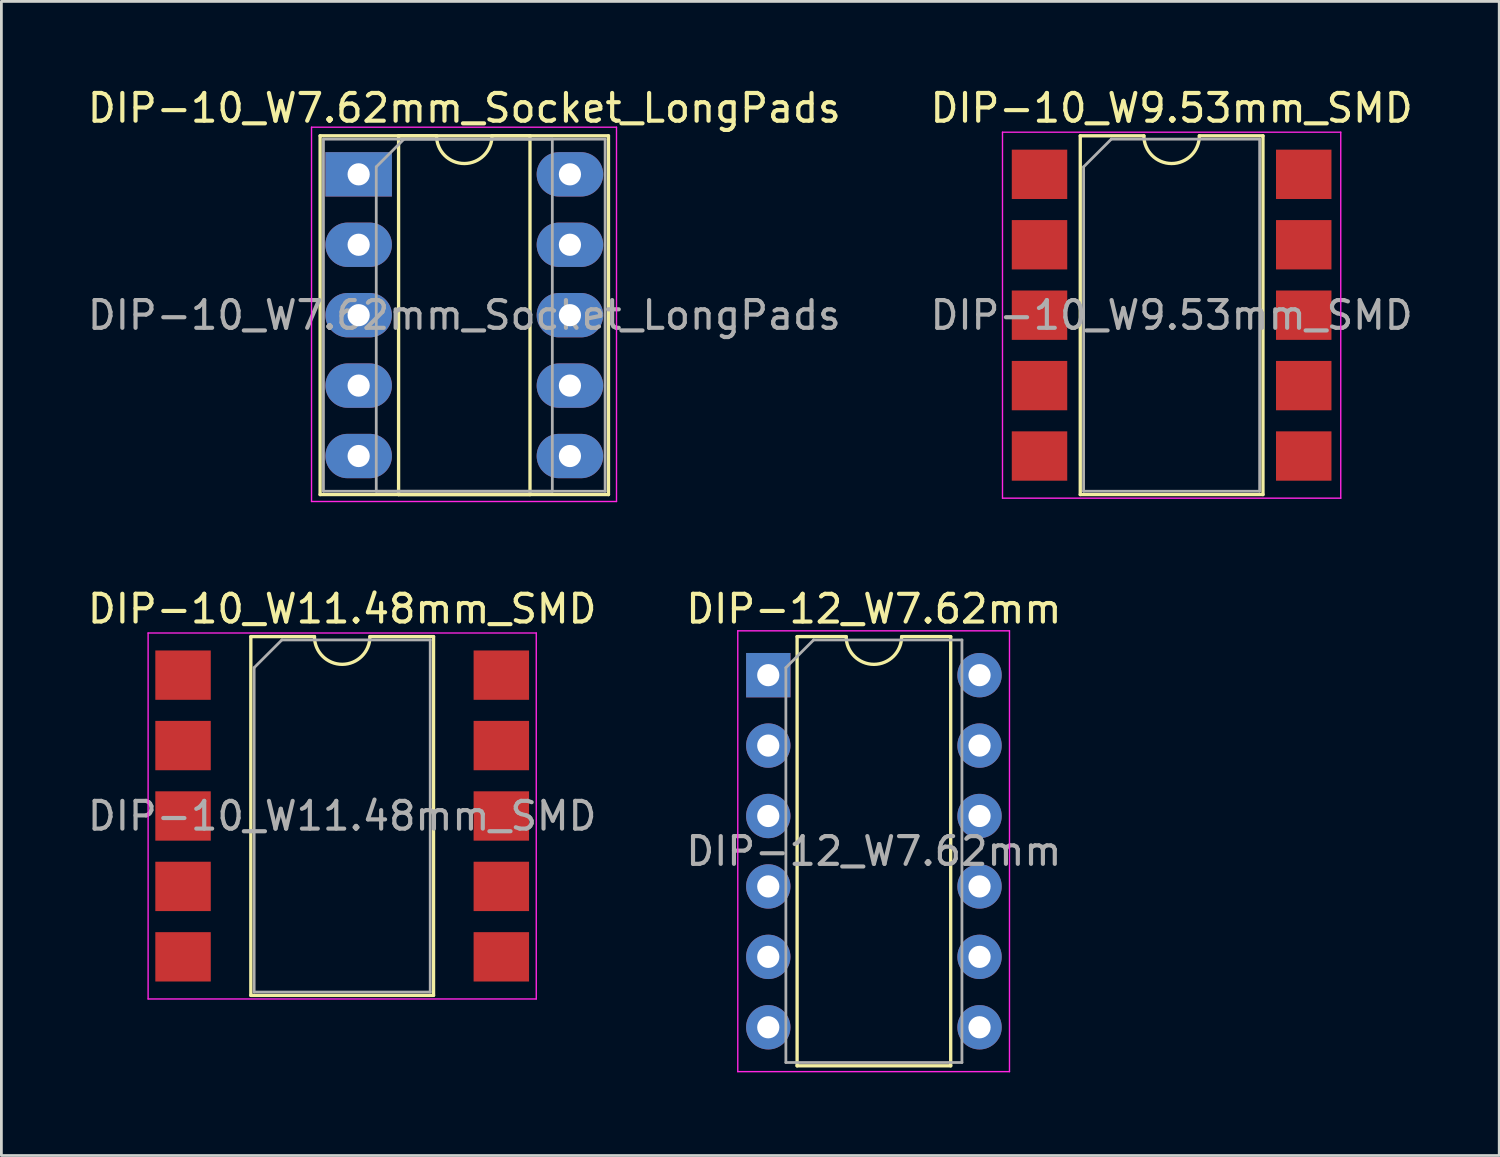
<source format=kicad_pcb>
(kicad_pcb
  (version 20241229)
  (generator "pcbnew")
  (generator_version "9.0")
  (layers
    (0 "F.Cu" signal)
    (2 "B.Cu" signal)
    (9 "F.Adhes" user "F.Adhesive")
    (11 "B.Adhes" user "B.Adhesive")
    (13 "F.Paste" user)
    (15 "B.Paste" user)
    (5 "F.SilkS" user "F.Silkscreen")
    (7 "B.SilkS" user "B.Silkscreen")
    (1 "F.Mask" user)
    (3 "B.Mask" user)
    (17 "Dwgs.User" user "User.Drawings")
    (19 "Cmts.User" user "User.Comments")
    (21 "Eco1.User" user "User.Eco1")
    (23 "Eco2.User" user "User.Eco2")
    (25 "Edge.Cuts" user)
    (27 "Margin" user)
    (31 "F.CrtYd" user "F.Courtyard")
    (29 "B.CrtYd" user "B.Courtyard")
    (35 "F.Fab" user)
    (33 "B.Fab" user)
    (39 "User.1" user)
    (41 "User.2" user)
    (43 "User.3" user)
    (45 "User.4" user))
  (footprint "DIP-12_W7.62mm"
    (layer "F.Cu")
    (at 24.66 21.302)
    (property "Reference" "DIP-12_W7.62mm" (at 3.81 -2.39 0) (layer "F.SilkS") (effects (font (size 1 1) (thickness 0.15))))
    (attr through_hole)
    (fp_line (start 1.04 -1.39) (end 1.04 14.09) (stroke (width 0.12) (type solid)) (layer "F.SilkS"))
    (fp_line (start 1.04 14.09) (end 6.58 14.09) (stroke (width 0.12) (type solid)) (layer "F.SilkS"))
    (fp_line (start 2.81 -1.39) (end 1.04 -1.39) (stroke (width 0.12) (type solid)) (layer "F.SilkS"))
    (fp_line (start 6.58 -1.39) (end 4.81 -1.39) (stroke (width 0.12) (type solid)) (layer "F.SilkS"))
    (fp_line (start 6.58 14.09) (end 6.58 -1.39) (stroke (width 0.12) (type solid)) (layer "F.SilkS"))
    (fp_arc (start 4.81 -1.39) (mid 3.81 -0.39) (end 2.81 -1.39) (stroke (width 0.12) (type solid)) (layer "F.SilkS"))
    (fp_line (start -1.1 -1.6) (end -1.1 14.3) (stroke (width 0.05) (type solid)) (layer "F.CrtYd"))
    (fp_line (start -1.1 14.3) (end 8.7 14.3) (stroke (width 0.05) (type solid)) (layer "F.CrtYd"))
    (fp_line (start 8.7 -1.6) (end -1.1 -1.6) (stroke (width 0.05) (type solid)) (layer "F.CrtYd"))
    (fp_line (start 8.7 14.3) (end 8.7 -1.6) (stroke (width 0.05) (type solid)) (layer "F.CrtYd"))
    (fp_line (start 0.635 -0.27) (end 1.635 -1.27) (stroke (width 0.1) (type solid)) (layer "F.Fab"))
    (fp_line (start 0.635 13.97) (end 0.635 -0.27) (stroke (width 0.1) (type solid)) (layer "F.Fab"))
    (fp_line (start 1.635 -1.27) (end 6.985 -1.27) (stroke (width 0.1) (type solid)) (layer "F.Fab"))
    (fp_line (start 6.985 -1.27) (end 6.985 13.97) (stroke (width 0.1) (type solid)) (layer "F.Fab"))
    (fp_line (start 6.985 13.97) (end 0.635 13.97) (stroke (width 0.1) (type solid)) (layer "F.Fab"))
    (fp_text user "${REFERENCE}" (at 3.81 6.35 0) (layer "F.Fab") (effects (font (size 1 1) (thickness 0.15))))
    (pad "1" thru_hole rect (at 0 0) (size 1.6 1.6) (drill 0.8) (layers "*.Cu" "*.Mask"))
    (pad "2" thru_hole oval (at 0 2.54) (size 1.6 1.6) (drill 0.8) (layers "*.Cu" "*.Mask"))
    (pad "3" thru_hole oval (at 0 5.08) (size 1.6 1.6) (drill 0.8) (layers "*.Cu" "*.Mask"))
    (pad "4" thru_hole oval (at 0 7.62) (size 1.6 1.6) (drill 0.8) (layers "*.Cu" "*.Mask"))
    (pad "5" thru_hole oval (at 0 10.16) (size 1.6 1.6) (drill 0.8) (layers "*.Cu" "*.Mask"))
    (pad "6" thru_hole oval (at 0 12.7) (size 1.6 1.6) (drill 0.8) (layers "*.Cu" "*.Mask"))
    (pad "7" thru_hole oval (at 7.62 12.7) (size 1.6 1.6) (drill 0.8) (layers "*.Cu" "*.Mask"))
    (pad "8" thru_hole oval (at 7.62 10.16) (size 1.6 1.6) (drill 0.8) (layers "*.Cu" "*.Mask"))
    (pad "9" thru_hole oval (at 7.62 7.62) (size 1.6 1.6) (drill 0.8) (layers "*.Cu" "*.Mask"))
    (pad "10" thru_hole oval (at 7.62 5.08) (size 1.6 1.6) (drill 0.8) (layers "*.Cu" "*.Mask"))
    (pad "11" thru_hole oval (at 7.62 2.54) (size 1.6 1.6) (drill 0.8) (layers "*.Cu" "*.Mask"))
    (pad "12" thru_hole oval (at 7.62 0) (size 1.6 1.6) (drill 0.8) (layers "*.Cu" "*.Mask")))
  (footprint "DIP-10_W11.48mm_SMD"
    (layer "F.Cu")
    (at 9.292 26.381)
    (property "Reference" "DIP-10_W11.48mm_SMD" (at 0 -7.47 0) (layer "F.SilkS") (effects (font (size 1 1) (thickness 0.15))))
    (attr smd)
    (fp_line (start -3.295 -6.47) (end -3.295 6.47) (stroke (width 0.12) (type solid)) (layer "F.SilkS"))
    (fp_line (start -3.295 6.47) (end 3.295 6.47) (stroke (width 0.12) (type solid)) (layer "F.SilkS"))
    (fp_line (start -1 -6.47) (end -3.295 -6.47) (stroke (width 0.12) (type solid)) (layer "F.SilkS"))
    (fp_line (start 3.295 -6.47) (end 1 -6.47) (stroke (width 0.12) (type solid)) (layer "F.SilkS"))
    (fp_line (start 3.295 6.47) (end 3.295 -6.47) (stroke (width 0.12) (type solid)) (layer "F.SilkS"))
    (fp_arc (start 1 -6.47) (mid 0 -5.47) (end -1 -6.47) (stroke (width 0.12) (type solid)) (layer "F.SilkS"))
    (fp_line (start -7 -6.6) (end -7 6.6) (stroke (width 0.05) (type solid)) (layer "F.CrtYd"))
    (fp_line (start -7 6.6) (end 7 6.6) (stroke (width 0.05) (type solid)) (layer "F.CrtYd"))
    (fp_line (start 7 -6.6) (end -7 -6.6) (stroke (width 0.05) (type solid)) (layer "F.CrtYd"))
    (fp_line (start 7 6.6) (end 7 -6.6) (stroke (width 0.05) (type solid)) (layer "F.CrtYd"))
    (fp_line (start -3.175 -5.35) (end -2.175 -6.35) (stroke (width 0.1) (type solid)) (layer "F.Fab"))
    (fp_line (start -3.175 6.35) (end -3.175 -5.35) (stroke (width 0.1) (type solid)) (layer "F.Fab"))
    (fp_line (start -2.175 -6.35) (end 3.175 -6.35) (stroke (width 0.1) (type solid)) (layer "F.Fab"))
    (fp_line (start 3.175 -6.35) (end 3.175 6.35) (stroke (width 0.1) (type solid)) (layer "F.Fab"))
    (fp_line (start 3.175 6.35) (end -3.175 6.35) (stroke (width 0.1) (type solid)) (layer "F.Fab"))
    (fp_text user "${REFERENCE}" (at 0 0 0) (layer "F.Fab") (effects (font (size 1 1) (thickness 0.15))))
    (pad "1" smd rect (at -5.74 -5.08) (size 2 1.78) (layers "F.Cu" "F.Mask" "F.Paste"))
    (pad "2" smd rect (at -5.74 -2.54) (size 2 1.78) (layers "F.Cu" "F.Mask" "F.Paste"))
    (pad "3" smd rect (at -5.74 0) (size 2 1.78) (layers "F.Cu" "F.Mask" "F.Paste"))
    (pad "4" smd rect (at -5.74 2.54) (size 2 1.78) (layers "F.Cu" "F.Mask" "F.Paste"))
    (pad "5" smd rect (at -5.74 5.08) (size 2 1.78) (layers "F.Cu" "F.Mask" "F.Paste"))
    (pad "6" smd rect (at 5.74 5.08) (size 2 1.78) (layers "F.Cu" "F.Mask" "F.Paste"))
    (pad "7" smd rect (at 5.74 2.54) (size 2 1.78) (layers "F.Cu" "F.Mask" "F.Paste"))
    (pad "8" smd rect (at 5.74 0) (size 2 1.78) (layers "F.Cu" "F.Mask" "F.Paste"))
    (pad "9" smd rect (at 5.74 -2.54) (size 2 1.78) (layers "F.Cu" "F.Mask" "F.Paste"))
    (pad "10" smd rect (at 5.74 -5.08) (size 2 1.78) (layers "F.Cu" "F.Mask" "F.Paste")))
  (footprint "DIP-10_W7.62mm_Socket_LongPads"
    (layer "F.Cu")
    (at 9.886 3.238)
    (property "Reference" "DIP-10_W7.62mm_Socket_LongPads" (at 3.81 -2.39 0) (layer "F.SilkS") (effects (font (size 1 1) (thickness 0.15))))
    (attr through_hole)
    (fp_line (start -1.39 -1.39) (end -1.39 11.55) (stroke (width 0.12) (type solid)) (layer "F.SilkS"))
    (fp_line (start -1.39 11.55) (end 9.01 11.55) (stroke (width 0.12) (type solid)) (layer "F.SilkS"))
    (fp_line (start 1.44 -1.39) (end 1.44 11.55) (stroke (width 0.12) (type solid)) (layer "F.SilkS"))
    (fp_line (start 1.44 11.55) (end 6.18 11.55) (stroke (width 0.12) (type solid)) (layer "F.SilkS"))
    (fp_line (start 2.81 -1.39) (end 1.44 -1.39) (stroke (width 0.12) (type solid)) (layer "F.SilkS"))
    (fp_line (start 6.18 -1.39) (end 4.81 -1.39) (stroke (width 0.12) (type solid)) (layer "F.SilkS"))
    (fp_line (start 6.18 11.55) (end 6.18 -1.39) (stroke (width 0.12) (type solid)) (layer "F.SilkS"))
    (fp_line (start 9.01 -1.39) (end -1.39 -1.39) (stroke (width 0.12) (type solid)) (layer "F.SilkS"))
    (fp_line (start 9.01 11.55) (end 9.01 -1.39) (stroke (width 0.12) (type solid)) (layer "F.SilkS"))
    (fp_arc (start 4.81 -1.39) (mid 3.81 -0.39) (end 2.81 -1.39) (stroke (width 0.12) (type solid)) (layer "F.SilkS"))
    (fp_line (start -1.7 -1.7) (end -1.7 11.8) (stroke (width 0.05) (type solid)) (layer "F.CrtYd"))
    (fp_line (start -1.7 11.8) (end 9.3 11.8) (stroke (width 0.05) (type solid)) (layer "F.CrtYd"))
    (fp_line (start 9.3 -1.7) (end -1.7 -1.7) (stroke (width 0.05) (type solid)) (layer "F.CrtYd"))
    (fp_line (start 9.3 11.8) (end 9.3 -1.7) (stroke (width 0.05) (type solid)) (layer "F.CrtYd"))
    (fp_line (start -1.27 -1.27) (end -1.27 11.43) (stroke (width 0.1) (type solid)) (layer "F.Fab"))
    (fp_line (start -1.27 11.43) (end 8.89 11.43) (stroke (width 0.1) (type solid)) (layer "F.Fab"))
    (fp_line (start 0.635 -0.27) (end 1.635 -1.27) (stroke (width 0.1) (type solid)) (layer "F.Fab"))
    (fp_line (start 0.635 11.43) (end 0.635 -0.27) (stroke (width 0.1) (type solid)) (layer "F.Fab"))
    (fp_line (start 1.635 -1.27) (end 6.985 -1.27) (stroke (width 0.1) (type solid)) (layer "F.Fab"))
    (fp_line (start 6.985 -1.27) (end 6.985 11.43) (stroke (width 0.1) (type solid)) (layer "F.Fab"))
    (fp_line (start 6.985 11.43) (end 0.635 11.43) (stroke (width 0.1) (type solid)) (layer "F.Fab"))
    (fp_line (start 8.89 -1.27) (end -1.27 -1.27) (stroke (width 0.1) (type solid)) (layer "F.Fab"))
    (fp_line (start 8.89 11.43) (end 8.89 -1.27) (stroke (width 0.1) (type solid)) (layer "F.Fab"))
    (fp_text user "${REFERENCE}" (at 3.81 5.08 0) (layer "F.Fab") (effects (font (size 1 1) (thickness 0.15))))
    (pad "1" thru_hole rect (at 0 0) (size 2.4 1.6) (drill 0.8) (layers "*.Cu" "*.Mask"))
    (pad "2" thru_hole oval (at 0 2.54) (size 2.4 1.6) (drill 0.8) (layers "*.Cu" "*.Mask"))
    (pad "3" thru_hole oval (at 0 5.08) (size 2.4 1.6) (drill 0.8) (layers "*.Cu" "*.Mask"))
    (pad "4" thru_hole oval (at 0 7.62) (size 2.4 1.6) (drill 0.8) (layers "*.Cu" "*.Mask"))
    (pad "5" thru_hole oval (at 0 10.16) (size 2.4 1.6) (drill 0.8) (layers "*.Cu" "*.Mask"))
    (pad "6" thru_hole oval (at 7.62 10.16) (size 2.4 1.6) (drill 0.8) (layers "*.Cu" "*.Mask"))
    (pad "7" thru_hole oval (at 7.62 7.62) (size 2.4 1.6) (drill 0.8) (layers "*.Cu" "*.Mask"))
    (pad "8" thru_hole oval (at 7.62 5.08) (size 2.4 1.6) (drill 0.8) (layers "*.Cu" "*.Mask"))
    (pad "9" thru_hole oval (at 7.62 2.54) (size 2.4 1.6) (drill 0.8) (layers "*.Cu" "*.Mask"))
    (pad "10" thru_hole oval (at 7.62 0) (size 2.4 1.6) (drill 0.8) (layers "*.Cu" "*.Mask")))
  (footprint "DIP-10_W9.53mm_SMD"
    (layer "F.Cu")
    (at 39.208 8.318)
    (property "Reference" "DIP-10_W9.53mm_SMD" (at 0 -7.47 0) (layer "F.SilkS") (effects (font (size 1 1) (thickness 0.15))))
    (attr smd)
    (fp_line (start -3.295 -6.47) (end -3.295 6.47) (stroke (width 0.12) (type solid)) (layer "F.SilkS"))
    (fp_line (start -3.295 6.47) (end 3.295 6.47) (stroke (width 0.12) (type solid)) (layer "F.SilkS"))
    (fp_line (start -1 -6.47) (end -3.295 -6.47) (stroke (width 0.12) (type solid)) (layer "F.SilkS"))
    (fp_line (start 3.295 -6.47) (end 1 -6.47) (stroke (width 0.12) (type solid)) (layer "F.SilkS"))
    (fp_line (start 3.295 6.47) (end 3.295 -6.47) (stroke (width 0.12) (type solid)) (layer "F.SilkS"))
    (fp_arc (start 1 -6.47) (mid 0 -5.47) (end -1 -6.47) (stroke (width 0.12) (type solid)) (layer "F.SilkS"))
    (fp_line (start -6.1 -6.6) (end -6.1 6.6) (stroke (width 0.05) (type solid)) (layer "F.CrtYd"))
    (fp_line (start -6.1 6.6) (end 6.1 6.6) (stroke (width 0.05) (type solid)) (layer "F.CrtYd"))
    (fp_line (start 6.1 -6.6) (end -6.1 -6.6) (stroke (width 0.05) (type solid)) (layer "F.CrtYd"))
    (fp_line (start 6.1 6.6) (end 6.1 -6.6) (stroke (width 0.05) (type solid)) (layer "F.CrtYd"))
    (fp_line (start -3.175 -5.35) (end -2.175 -6.35) (stroke (width 0.1) (type solid)) (layer "F.Fab"))
    (fp_line (start -3.175 6.35) (end -3.175 -5.35) (stroke (width 0.1) (type solid)) (layer "F.Fab"))
    (fp_line (start -2.175 -6.35) (end 3.175 -6.35) (stroke (width 0.1) (type solid)) (layer "F.Fab"))
    (fp_line (start 3.175 -6.35) (end 3.175 6.35) (stroke (width 0.1) (type solid)) (layer "F.Fab"))
    (fp_line (start 3.175 6.35) (end -3.175 6.35) (stroke (width 0.1) (type solid)) (layer "F.Fab"))
    (fp_text user "${REFERENCE}" (at 0 0 0) (layer "F.Fab") (effects (font (size 1 1) (thickness 0.15))))
    (pad "1" smd rect (at -4.765 -5.08) (size 2 1.78) (layers "F.Cu" "F.Mask" "F.Paste"))
    (pad "2" smd rect (at -4.765 -2.54) (size 2 1.78) (layers "F.Cu" "F.Mask" "F.Paste"))
    (pad "3" smd rect (at -4.765 0) (size 2 1.78) (layers "F.Cu" "F.Mask" "F.Paste"))
    (pad "4" smd rect (at -4.765 2.54) (size 2 1.78) (layers "F.Cu" "F.Mask" "F.Paste"))
    (pad "5" smd rect (at -4.765 5.08) (size 2 1.78) (layers "F.Cu" "F.Mask" "F.Paste"))
    (pad "6" smd rect (at 4.765 5.08) (size 2 1.78) (layers "F.Cu" "F.Mask" "F.Paste"))
    (pad "7" smd rect (at 4.765 2.54) (size 2 1.78) (layers "F.Cu" "F.Mask" "F.Paste"))
    (pad "8" smd rect (at 4.765 0) (size 2 1.78) (layers "F.Cu" "F.Mask" "F.Paste"))
    (pad "9" smd rect (at 4.765 -2.54) (size 2 1.78) (layers "F.Cu" "F.Mask" "F.Paste"))
    (pad "10" smd rect (at 4.765 -5.08) (size 2 1.78) (layers "F.Cu" "F.Mask" "F.Paste")))
  (gr_rect
    (start -3 -3)
    (end 51.024 38.627)
    (stroke (width 0.1) (type default))
    (fill no)
    (layer "Edge.Cuts")))
</source>
